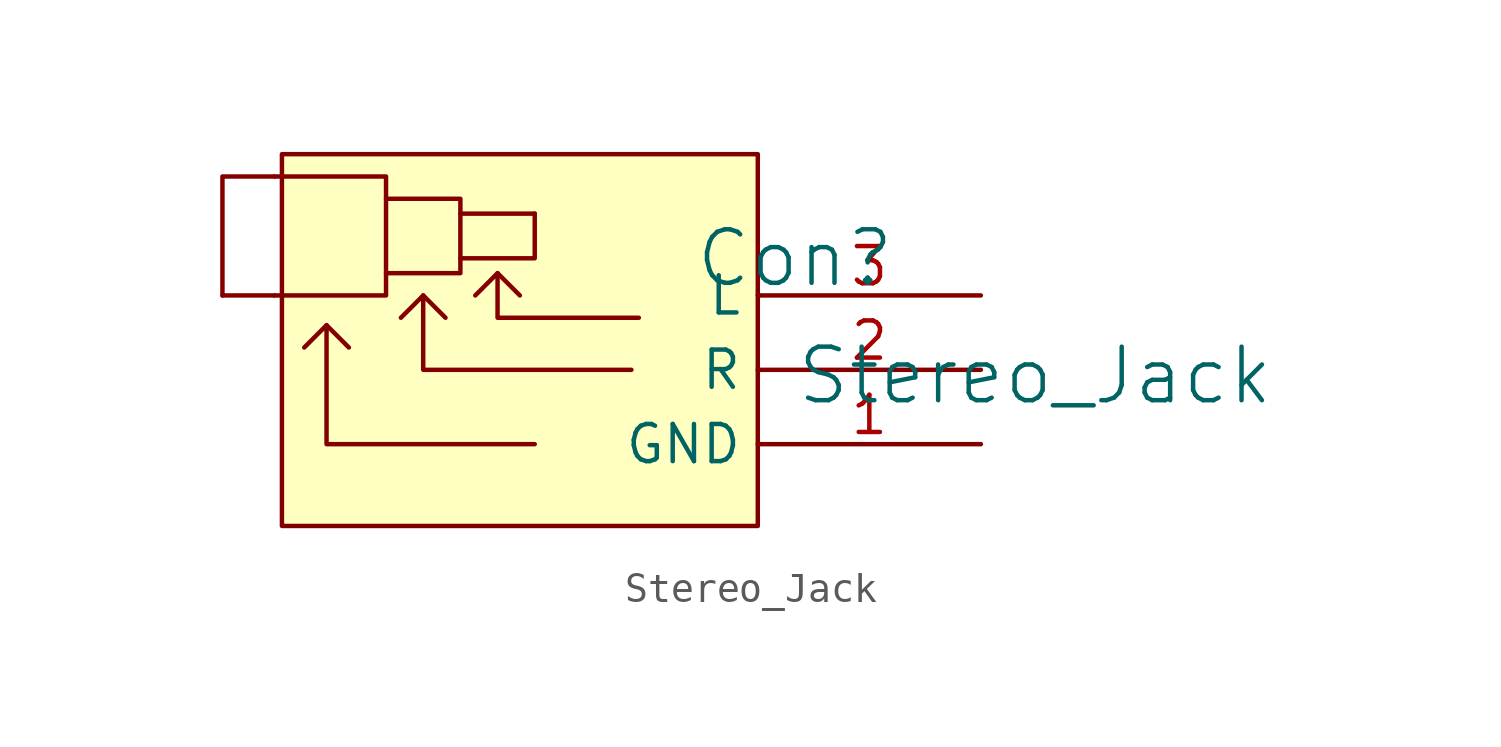
<source format=kicad_sym>
(kicad_symbol_lib
  (version 20241209)
  (generator "kicad_symbol_editor")
  (generator_version "9.0")
  (symbol "Stereo_Jack"
    (property "Reference" "Con"
      (at -1.27 1.27 0)
      (effects (font (size 1.829 1.829))))
    (property "Value" "Stereo_Jack"
      (at -1.27 -3.81 0)
      (effects (font (size 1.829 1.829)) (justify left bottom)))
    (symbol "Stereo_Jack_1_0"
      (polyline (pts (xy -19.05 4.064) (xy -20.828 4.064) (xy -20.828 0)) (stroke (width 0) (type solid)) (fill (type none)))
      (polyline (pts (xy -19.05 4.064) (xy -15.24 4.064) (xy -15.24 3.302) (xy -12.7 3.302) (xy -12.7 2.794) (xy -10.16 2.794)) (stroke (width 0) (type solid)) (fill (type none)))
      (polyline (pts (xy -19.05 0) (xy -20.828 0)) (stroke (width 0) (type solid)) (fill (type none)))
      (polyline (pts (xy -19.05 0) (xy -15.24 0) (xy -15.24 0.762) (xy -12.7 0.762) (xy -12.7 1.27) (xy -10.16 1.27) (xy -10.16 2.794)) (stroke (width 0) (type solid)) (fill (type none)))
      (polyline (pts (xy -17.272 -1.016) (xy -16.51 -1.778)) (stroke (width 0) (type solid)) (fill (type none)))
      (polyline (pts (xy -15.24 0.762) (xy -15.24 3.302)) (stroke (width 0) (type solid)) (fill (type none)))
      (polyline (pts (xy -13.97 0) (xy -13.208 -0.762)) (stroke (width 0) (type solid)) (fill (type none)))
      (polyline (pts (xy -12.7 1.27) (xy -12.7 2.794)) (stroke (width 0) (type solid)) (fill (type none)))
      (polyline (pts (xy -11.43 0.762) (xy -10.668 0)) (stroke (width 0) (type solid)) (fill (type none)))
      (polyline (pts (xy -10.16 -5.08) (xy -17.272 -5.08) (xy -17.272 -1.016) (xy -18.034 -1.778)) (stroke (width 0) (type solid)) (fill (type none)))
      (polyline (pts (xy -6.858 -2.54) (xy -13.97 -2.54) (xy -13.97 0) (xy -14.732 -0.762)) (stroke (width 0) (type solid)) (fill (type none)))
      (polyline (pts (xy -6.604 -0.762) (xy -11.43 -0.762) (xy -11.43 0.762) (xy -12.192 0)) (stroke (width 0) (type solid)) (fill (type none)))
      (rectangle (start -2.54 4.826) (end -18.796 -7.874) (stroke (width 0) (type solid) (color 128 0 0 1)) (fill (type background)))
      (pin passive line (at 5.08 0 180) (length 7.62) (name "L" (effects (font (size 1.27 1.27)))) (number "3" (effects (font (size 1.27 1.27)))))
      (pin passive line (at 5.08 -2.54 180) (length 7.62) (name "R" (effects (font (size 1.27 1.27)))) (number "2" (effects (font (size 1.27 1.27)))))
      (pin passive line (at 5.08 -5.08 180) (length 7.62) (name "GND" (effects (font (size 1.27 1.27)))) (number "1" (effects (font (size 1.27 1.27))))))))
</source>
